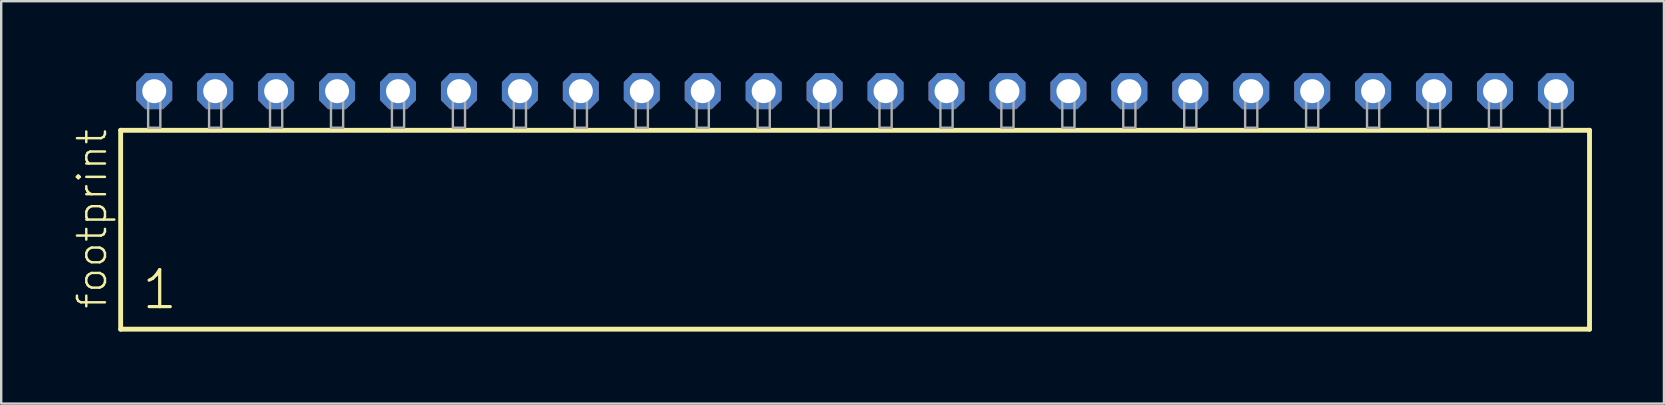
<source format=kicad_pcb>
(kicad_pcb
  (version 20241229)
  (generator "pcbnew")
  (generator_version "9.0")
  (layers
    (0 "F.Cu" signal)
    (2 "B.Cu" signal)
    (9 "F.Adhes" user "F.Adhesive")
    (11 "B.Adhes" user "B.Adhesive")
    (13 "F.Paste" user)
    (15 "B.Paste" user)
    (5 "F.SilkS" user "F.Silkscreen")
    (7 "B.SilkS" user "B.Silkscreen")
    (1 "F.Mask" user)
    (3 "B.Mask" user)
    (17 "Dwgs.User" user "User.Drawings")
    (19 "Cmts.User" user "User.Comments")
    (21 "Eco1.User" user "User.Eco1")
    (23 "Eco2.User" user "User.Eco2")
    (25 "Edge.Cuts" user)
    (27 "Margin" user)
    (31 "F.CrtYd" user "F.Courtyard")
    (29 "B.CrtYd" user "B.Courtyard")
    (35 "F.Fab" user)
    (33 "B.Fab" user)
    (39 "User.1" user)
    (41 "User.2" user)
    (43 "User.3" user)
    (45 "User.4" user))
  (footprint "footprint"
    (layer "F.Cu")
    (at 32.588 2.274)
    (property "Reference" "footprint" (at -31.115 7.62 90) (layer "F.SilkS") (effects (font (size 1.168 1.168) (thickness 0.102)) (justify left bottom)))
    (fp_line (start -30.609 0.106) (end -30.609 8.396) (stroke (width 0.203) (type solid)) (layer "F.SilkS"))
    (fp_line (start -30.609 8.396) (end 30.609 8.396) (stroke (width 0.203) (type solid)) (layer "F.SilkS"))
    (fp_line (start 30.609 0.106) (end -30.609 0.106) (stroke (width 0.203) (type solid)) (layer "F.SilkS"))
    (fp_line (start 30.609 8.396) (end 30.609 0.106) (stroke (width 0.203) (type solid)) (layer "F.SilkS"))
    (fp_poly (pts (xy -29.464 0) (xy -28.956 0) (xy -28.956 -1.778) (xy -29.464 -1.778)) (stroke (width 0.1) (type solid)) (fill no) (layer "F.Fab"))
    (fp_poly (pts (xy -26.924 0) (xy -26.416 0) (xy -26.416 -1.778) (xy -26.924 -1.778)) (stroke (width 0.1) (type solid)) (fill no) (layer "F.Fab"))
    (fp_poly (pts (xy -24.384 0) (xy -23.876 0) (xy -23.876 -1.778) (xy -24.384 -1.778)) (stroke (width 0.1) (type solid)) (fill no) (layer "F.Fab"))
    (fp_poly (pts (xy -21.844 0) (xy -21.336 0) (xy -21.336 -1.778) (xy -21.844 -1.778)) (stroke (width 0.1) (type solid)) (fill no) (layer "F.Fab"))
    (fp_poly (pts (xy -19.304 0) (xy -18.796 0) (xy -18.796 -1.778) (xy -19.304 -1.778)) (stroke (width 0.1) (type solid)) (fill no) (layer "F.Fab"))
    (fp_poly (pts (xy -16.764 0) (xy -16.256 0) (xy -16.256 -1.778) (xy -16.764 -1.778)) (stroke (width 0.1) (type solid)) (fill no) (layer "F.Fab"))
    (fp_poly (pts (xy -14.224 0) (xy -13.716 0) (xy -13.716 -1.778) (xy -14.224 -1.778)) (stroke (width 0.1) (type solid)) (fill no) (layer "F.Fab"))
    (fp_poly (pts (xy -11.684 0) (xy -11.176 0) (xy -11.176 -1.778) (xy -11.684 -1.778)) (stroke (width 0.1) (type solid)) (fill no) (layer "F.Fab"))
    (fp_poly (pts (xy -9.144 0) (xy -8.636 0) (xy -8.636 -1.778) (xy -9.144 -1.778)) (stroke (width 0.1) (type solid)) (fill no) (layer "F.Fab"))
    (fp_poly (pts (xy -6.604 0) (xy -6.096 0) (xy -6.096 -1.778) (xy -6.604 -1.778)) (stroke (width 0.1) (type solid)) (fill no) (layer "F.Fab"))
    (fp_poly (pts (xy -4.064 0) (xy -3.556 0) (xy -3.556 -1.778) (xy -4.064 -1.778)) (stroke (width 0.1) (type solid)) (fill no) (layer "F.Fab"))
    (fp_poly (pts (xy -1.524 0) (xy -1.016 0) (xy -1.016 -1.778) (xy -1.524 -1.778)) (stroke (width 0.1) (type solid)) (fill no) (layer "F.Fab"))
    (fp_poly (pts (xy 1.016 0) (xy 1.524 0) (xy 1.524 -1.778) (xy 1.016 -1.778)) (stroke (width 0.1) (type solid)) (fill no) (layer "F.Fab"))
    (fp_poly (pts (xy 3.556 0) (xy 4.064 0) (xy 4.064 -1.778) (xy 3.556 -1.778)) (stroke (width 0.1) (type solid)) (fill no) (layer "F.Fab"))
    (fp_poly (pts (xy 6.096 0) (xy 6.604 0) (xy 6.604 -1.778) (xy 6.096 -1.778)) (stroke (width 0.1) (type solid)) (fill no) (layer "F.Fab"))
    (fp_poly (pts (xy 8.636 0) (xy 9.144 0) (xy 9.144 -1.778) (xy 8.636 -1.778)) (stroke (width 0.1) (type solid)) (fill no) (layer "F.Fab"))
    (fp_poly (pts (xy 11.176 0) (xy 11.684 0) (xy 11.684 -1.778) (xy 11.176 -1.778)) (stroke (width 0.1) (type solid)) (fill no) (layer "F.Fab"))
    (fp_poly (pts (xy 13.716 0) (xy 14.224 0) (xy 14.224 -1.778) (xy 13.716 -1.778)) (stroke (width 0.1) (type solid)) (fill no) (layer "F.Fab"))
    (fp_poly (pts (xy 16.256 0) (xy 16.764 0) (xy 16.764 -1.778) (xy 16.256 -1.778)) (stroke (width 0.1) (type solid)) (fill no) (layer "F.Fab"))
    (fp_poly (pts (xy 18.796 0) (xy 19.304 0) (xy 19.304 -1.778) (xy 18.796 -1.778)) (stroke (width 0.1) (type solid)) (fill no) (layer "F.Fab"))
    (fp_poly (pts (xy 21.336 0) (xy 21.844 0) (xy 21.844 -1.778) (xy 21.336 -1.778)) (stroke (width 0.1) (type solid)) (fill no) (layer "F.Fab"))
    (fp_poly (pts (xy 23.876 0) (xy 24.384 0) (xy 24.384 -1.778) (xy 23.876 -1.778)) (stroke (width 0.1) (type solid)) (fill no) (layer "F.Fab"))
    (fp_poly (pts (xy 26.416 0) (xy 26.924 0) (xy 26.924 -1.778) (xy 26.416 -1.778)) (stroke (width 0.1) (type solid)) (fill no) (layer "F.Fab"))
    (fp_poly (pts (xy 28.956 0) (xy 29.464 0) (xy 29.464 -1.778) (xy 28.956 -1.778)) (stroke (width 0.1) (type solid)) (fill no) (layer "F.Fab"))
    (fp_text user "1" (at -29.805 7.65 0) (layer "F.SilkS") (effects (font (size 1.542 1.542) (thickness 0.134)) (justify left bottom)))
    (pad "1" thru_hole roundrect (at -29.21 -1.524) (size 1.5 1.5) (drill 1) (layers "*.Cu" "*.Mask") (roundrect_rratio 0.25) (chamfer_ratio 0.25) (chamfer top_left top_right bottom_left bottom_right))
    (pad "2" thru_hole roundrect (at -26.67 -1.524) (size 1.5 1.5) (drill 1) (layers "*.Cu" "*.Mask") (roundrect_rratio 0.25) (chamfer_ratio 0.25) (chamfer top_left top_right bottom_left bottom_right))
    (pad "3" thru_hole roundrect (at -24.13 -1.524) (size 1.5 1.5) (drill 1) (layers "*.Cu" "*.Mask") (roundrect_rratio 0.25) (chamfer_ratio 0.25) (chamfer top_left top_right bottom_left bottom_right))
    (pad "4" thru_hole roundrect (at -21.59 -1.524) (size 1.5 1.5) (drill 1) (layers "*.Cu" "*.Mask") (roundrect_rratio 0.25) (chamfer_ratio 0.25) (chamfer top_left top_right bottom_left bottom_right))
    (pad "5" thru_hole roundrect (at -19.05 -1.524) (size 1.5 1.5) (drill 1) (layers "*.Cu" "*.Mask") (roundrect_rratio 0.25) (chamfer_ratio 0.25) (chamfer top_left top_right bottom_left bottom_right))
    (pad "6" thru_hole roundrect (at -16.51 -1.524) (size 1.5 1.5) (drill 1) (layers "*.Cu" "*.Mask") (roundrect_rratio 0.25) (chamfer_ratio 0.25) (chamfer top_left top_right bottom_left bottom_right))
    (pad "7" thru_hole roundrect (at -13.97 -1.524) (size 1.5 1.5) (drill 1) (layers "*.Cu" "*.Mask") (roundrect_rratio 0.25) (chamfer_ratio 0.25) (chamfer top_left top_right bottom_left bottom_right))
    (pad "8" thru_hole roundrect (at -11.43 -1.524) (size 1.5 1.5) (drill 1) (layers "*.Cu" "*.Mask") (roundrect_rratio 0.25) (chamfer_ratio 0.25) (chamfer top_left top_right bottom_left bottom_right))
    (pad "9" thru_hole roundrect (at -8.89 -1.524) (size 1.5 1.5) (drill 1) (layers "*.Cu" "*.Mask") (roundrect_rratio 0.25) (chamfer_ratio 0.25) (chamfer top_left top_right bottom_left bottom_right))
    (pad "10" thru_hole roundrect (at -6.35 -1.524) (size 1.5 1.5) (drill 1) (layers "*.Cu" "*.Mask") (roundrect_rratio 0.25) (chamfer_ratio 0.25) (chamfer top_left top_right bottom_left bottom_right))
    (pad "11" thru_hole roundrect (at -3.81 -1.524) (size 1.5 1.5) (drill 1) (layers "*.Cu" "*.Mask") (roundrect_rratio 0.25) (chamfer_ratio 0.25) (chamfer top_left top_right bottom_left bottom_right))
    (pad "12" thru_hole roundrect (at -1.27 -1.524) (size 1.5 1.5) (drill 1) (layers "*.Cu" "*.Mask") (roundrect_rratio 0.25) (chamfer_ratio 0.25) (chamfer top_left top_right bottom_left bottom_right))
    (pad "13" thru_hole roundrect (at 1.27 -1.524) (size 1.5 1.5) (drill 1) (layers "*.Cu" "*.Mask") (roundrect_rratio 0.25) (chamfer_ratio 0.25) (chamfer top_left top_right bottom_left bottom_right))
    (pad "14" thru_hole roundrect (at 3.81 -1.524) (size 1.5 1.5) (drill 1) (layers "*.Cu" "*.Mask") (roundrect_rratio 0.25) (chamfer_ratio 0.25) (chamfer top_left top_right bottom_left bottom_right))
    (pad "15" thru_hole roundrect (at 6.35 -1.524) (size 1.5 1.5) (drill 1) (layers "*.Cu" "*.Mask") (roundrect_rratio 0.25) (chamfer_ratio 0.25) (chamfer top_left top_right bottom_left bottom_right))
    (pad "16" thru_hole roundrect (at 8.89 -1.524) (size 1.5 1.5) (drill 1) (layers "*.Cu" "*.Mask") (roundrect_rratio 0.25) (chamfer_ratio 0.25) (chamfer top_left top_right bottom_left bottom_right))
    (pad "17" thru_hole roundrect (at 11.43 -1.524) (size 1.5 1.5) (drill 1) (layers "*.Cu" "*.Mask") (roundrect_rratio 0.25) (chamfer_ratio 0.25) (chamfer top_left top_right bottom_left bottom_right))
    (pad "18" thru_hole roundrect (at 13.97 -1.524) (size 1.5 1.5) (drill 1) (layers "*.Cu" "*.Mask") (roundrect_rratio 0.25) (chamfer_ratio 0.25) (chamfer top_left top_right bottom_left bottom_right))
    (pad "19" thru_hole roundrect (at 16.51 -1.524) (size 1.5 1.5) (drill 1) (layers "*.Cu" "*.Mask") (roundrect_rratio 0.25) (chamfer_ratio 0.25) (chamfer top_left top_right bottom_left bottom_right))
    (pad "20" thru_hole roundrect (at 19.05 -1.524) (size 1.5 1.5) (drill 1) (layers "*.Cu" "*.Mask") (roundrect_rratio 0.25) (chamfer_ratio 0.25) (chamfer top_left top_right bottom_left bottom_right))
    (pad "21" thru_hole roundrect (at 21.59 -1.524) (size 1.5 1.5) (drill 1) (layers "*.Cu" "*.Mask") (roundrect_rratio 0.25) (chamfer_ratio 0.25) (chamfer top_left top_right bottom_left bottom_right))
    (pad "22" thru_hole roundrect (at 24.13 -1.524) (size 1.5 1.5) (drill 1) (layers "*.Cu" "*.Mask") (roundrect_rratio 0.25) (chamfer_ratio 0.25) (chamfer top_left top_right bottom_left bottom_right))
    (pad "23" thru_hole roundrect (at 26.67 -1.524) (size 1.5 1.5) (drill 1) (layers "*.Cu" "*.Mask") (roundrect_rratio 0.25) (chamfer_ratio 0.25) (chamfer top_left top_right bottom_left bottom_right))
    (pad "24" thru_hole roundrect (at 29.21 -1.524) (size 1.5 1.5) (drill 1) (layers "*.Cu" "*.Mask") (roundrect_rratio 0.25) (chamfer_ratio 0.25) (chamfer top_left top_right bottom_left bottom_right)))
  (gr_rect
    (start -3 -3)
    (end 66.299 13.772)
    (stroke (width 0.1) (type default))
    (fill no)
    (layer "Edge.Cuts")))
</source>
